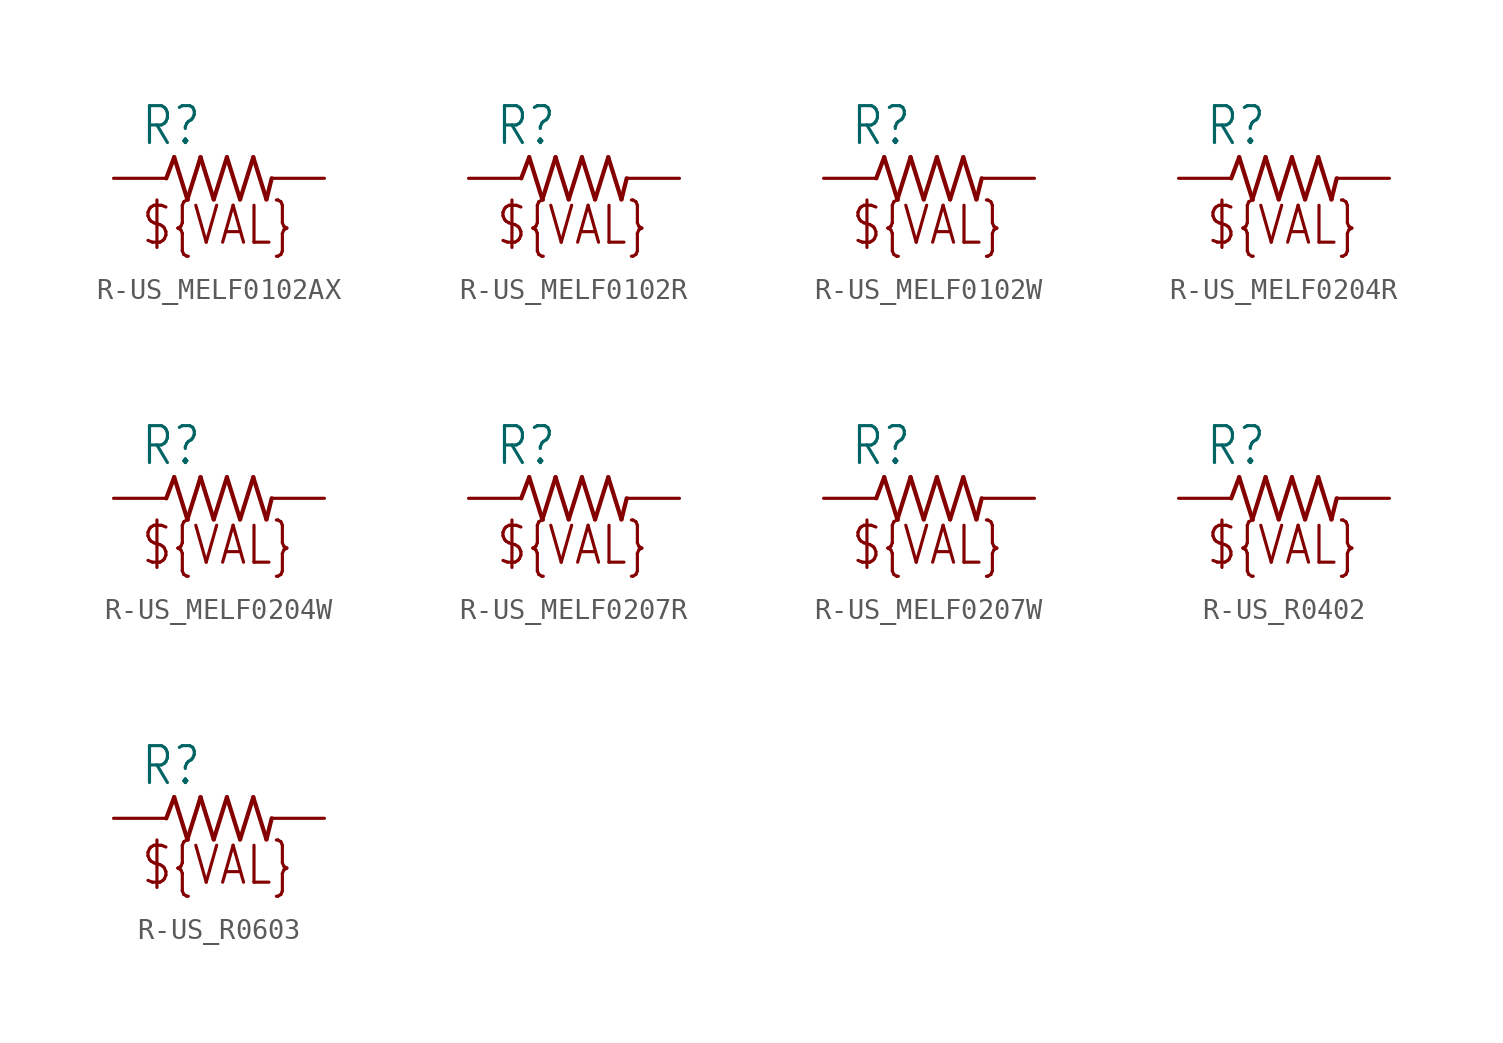
<source format=kicad_sym>
(kicad_symbol_lib
  (version 20231120)
  (generator "kicad_symbol_editor")
  (generator_version "8.0")
  (symbol "R-US_MELF0102AX"
    (property "Reference" "R"
      (at -3.81 1.499 0)
      (effects (font (size 1.778 1.511)) (justify left bottom)))
    (property "ki_locked" ""
      (at 0 0 0)
      (effects (font (size 1.27 1.27))))
    (symbol "R-US_MELF0102AX_1_0"
      (polyline (pts (xy -2.54 0) (xy -2.159 1.016)) (stroke (width 0.203) (type solid)) (fill (type none)))
      (polyline (pts (xy -2.159 1.016) (xy -1.524 -1.016)) (stroke (width 0.203) (type solid)) (fill (type none)))
      (polyline (pts (xy -1.524 -1.016) (xy -0.889 1.016)) (stroke (width 0.203) (type solid)) (fill (type none)))
      (polyline (pts (xy -0.889 1.016) (xy -0.254 -1.016)) (stroke (width 0.203) (type solid)) (fill (type none)))
      (polyline (pts (xy -0.254 -1.016) (xy 0.381 1.016)) (stroke (width 0.203) (type solid)) (fill (type none)))
      (polyline (pts (xy 0.381 1.016) (xy 1.016 -1.016)) (stroke (width 0.203) (type solid)) (fill (type none)))
      (polyline (pts (xy 1.016 -1.016) (xy 1.651 1.016)) (stroke (width 0.203) (type solid)) (fill (type none)))
      (polyline (pts (xy 1.651 1.016) (xy 2.286 -1.016)) (stroke (width 0.203) (type solid)) (fill (type none)))
      (polyline (pts (xy 2.286 -1.016) (xy 2.54 0)) (stroke (width 0.203) (type solid)) (fill (type none)))
      (text "${VAL}" (at -3.81 -3.302 0) (effects (font (size 1.778 1.511)) (justify left bottom)))
      (pin passive line (at -5.08 0 0) (length 2.54) (name "1" (effects (font (size 0 0)))) (number "1" (effects (font (size 0 0)))))
      (pin passive line (at 5.08 0 180) (length 2.54) (name "2" (effects (font (size 0 0)))) (number "2" (effects (font (size 0 0)))))))
  (symbol "R-US_MELF0102R"
    (property "Reference" "R"
      (at -3.81 1.499 0)
      (effects (font (size 1.778 1.511)) (justify left bottom)))
    (property "ki_locked" ""
      (at 0 0 0)
      (effects (font (size 1.27 1.27))))
    (symbol "R-US_MELF0102R_1_0"
      (polyline (pts (xy -2.54 0) (xy -2.159 1.016)) (stroke (width 0.203) (type solid)) (fill (type none)))
      (polyline (pts (xy -2.159 1.016) (xy -1.524 -1.016)) (stroke (width 0.203) (type solid)) (fill (type none)))
      (polyline (pts (xy -1.524 -1.016) (xy -0.889 1.016)) (stroke (width 0.203) (type solid)) (fill (type none)))
      (polyline (pts (xy -0.889 1.016) (xy -0.254 -1.016)) (stroke (width 0.203) (type solid)) (fill (type none)))
      (polyline (pts (xy -0.254 -1.016) (xy 0.381 1.016)) (stroke (width 0.203) (type solid)) (fill (type none)))
      (polyline (pts (xy 0.381 1.016) (xy 1.016 -1.016)) (stroke (width 0.203) (type solid)) (fill (type none)))
      (polyline (pts (xy 1.016 -1.016) (xy 1.651 1.016)) (stroke (width 0.203) (type solid)) (fill (type none)))
      (polyline (pts (xy 1.651 1.016) (xy 2.286 -1.016)) (stroke (width 0.203) (type solid)) (fill (type none)))
      (polyline (pts (xy 2.286 -1.016) (xy 2.54 0)) (stroke (width 0.203) (type solid)) (fill (type none)))
      (text "${VAL}" (at -3.81 -3.302 0) (effects (font (size 1.778 1.511)) (justify left bottom)))
      (pin passive line (at -5.08 0 0) (length 2.54) (name "1" (effects (font (size 0 0)))) (number "1" (effects (font (size 0 0)))))
      (pin passive line (at 5.08 0 180) (length 2.54) (name "2" (effects (font (size 0 0)))) (number "2" (effects (font (size 0 0)))))))
  (symbol "R-US_MELF0102W"
    (property "Reference" "R"
      (at -3.81 1.499 0)
      (effects (font (size 1.778 1.511)) (justify left bottom)))
    (property "ki_locked" ""
      (at 0 0 0)
      (effects (font (size 1.27 1.27))))
    (symbol "R-US_MELF0102W_1_0"
      (polyline (pts (xy -2.54 0) (xy -2.159 1.016)) (stroke (width 0.203) (type solid)) (fill (type none)))
      (polyline (pts (xy -2.159 1.016) (xy -1.524 -1.016)) (stroke (width 0.203) (type solid)) (fill (type none)))
      (polyline (pts (xy -1.524 -1.016) (xy -0.889 1.016)) (stroke (width 0.203) (type solid)) (fill (type none)))
      (polyline (pts (xy -0.889 1.016) (xy -0.254 -1.016)) (stroke (width 0.203) (type solid)) (fill (type none)))
      (polyline (pts (xy -0.254 -1.016) (xy 0.381 1.016)) (stroke (width 0.203) (type solid)) (fill (type none)))
      (polyline (pts (xy 0.381 1.016) (xy 1.016 -1.016)) (stroke (width 0.203) (type solid)) (fill (type none)))
      (polyline (pts (xy 1.016 -1.016) (xy 1.651 1.016)) (stroke (width 0.203) (type solid)) (fill (type none)))
      (polyline (pts (xy 1.651 1.016) (xy 2.286 -1.016)) (stroke (width 0.203) (type solid)) (fill (type none)))
      (polyline (pts (xy 2.286 -1.016) (xy 2.54 0)) (stroke (width 0.203) (type solid)) (fill (type none)))
      (text "${VAL}" (at -3.81 -3.302 0) (effects (font (size 1.778 1.511)) (justify left bottom)))
      (pin passive line (at -5.08 0 0) (length 2.54) (name "1" (effects (font (size 0 0)))) (number "1" (effects (font (size 0 0)))))
      (pin passive line (at 5.08 0 180) (length 2.54) (name "2" (effects (font (size 0 0)))) (number "2" (effects (font (size 0 0)))))))
  (symbol "R-US_MELF0204R"
    (property "Reference" "R"
      (at -3.81 1.499 0)
      (effects (font (size 1.778 1.511)) (justify left bottom)))
    (property "ki_locked" ""
      (at 0 0 0)
      (effects (font (size 1.27 1.27))))
    (symbol "R-US_MELF0204R_1_0"
      (polyline (pts (xy -2.54 0) (xy -2.159 1.016)) (stroke (width 0.203) (type solid)) (fill (type none)))
      (polyline (pts (xy -2.159 1.016) (xy -1.524 -1.016)) (stroke (width 0.203) (type solid)) (fill (type none)))
      (polyline (pts (xy -1.524 -1.016) (xy -0.889 1.016)) (stroke (width 0.203) (type solid)) (fill (type none)))
      (polyline (pts (xy -0.889 1.016) (xy -0.254 -1.016)) (stroke (width 0.203) (type solid)) (fill (type none)))
      (polyline (pts (xy -0.254 -1.016) (xy 0.381 1.016)) (stroke (width 0.203) (type solid)) (fill (type none)))
      (polyline (pts (xy 0.381 1.016) (xy 1.016 -1.016)) (stroke (width 0.203) (type solid)) (fill (type none)))
      (polyline (pts (xy 1.016 -1.016) (xy 1.651 1.016)) (stroke (width 0.203) (type solid)) (fill (type none)))
      (polyline (pts (xy 1.651 1.016) (xy 2.286 -1.016)) (stroke (width 0.203) (type solid)) (fill (type none)))
      (polyline (pts (xy 2.286 -1.016) (xy 2.54 0)) (stroke (width 0.203) (type solid)) (fill (type none)))
      (text "${VAL}" (at -3.81 -3.302 0) (effects (font (size 1.778 1.511)) (justify left bottom)))
      (pin passive line (at -5.08 0 0) (length 2.54) (name "1" (effects (font (size 0 0)))) (number "1" (effects (font (size 0 0)))))
      (pin passive line (at 5.08 0 180) (length 2.54) (name "2" (effects (font (size 0 0)))) (number "2" (effects (font (size 0 0)))))))
  (symbol "R-US_MELF0204W"
    (property "Reference" "R"
      (at -3.81 1.499 0)
      (effects (font (size 1.778 1.511)) (justify left bottom)))
    (property "ki_locked" ""
      (at 0 0 0)
      (effects (font (size 1.27 1.27))))
    (symbol "R-US_MELF0204W_1_0"
      (polyline (pts (xy -2.54 0) (xy -2.159 1.016)) (stroke (width 0.203) (type solid)) (fill (type none)))
      (polyline (pts (xy -2.159 1.016) (xy -1.524 -1.016)) (stroke (width 0.203) (type solid)) (fill (type none)))
      (polyline (pts (xy -1.524 -1.016) (xy -0.889 1.016)) (stroke (width 0.203) (type solid)) (fill (type none)))
      (polyline (pts (xy -0.889 1.016) (xy -0.254 -1.016)) (stroke (width 0.203) (type solid)) (fill (type none)))
      (polyline (pts (xy -0.254 -1.016) (xy 0.381 1.016)) (stroke (width 0.203) (type solid)) (fill (type none)))
      (polyline (pts (xy 0.381 1.016) (xy 1.016 -1.016)) (stroke (width 0.203) (type solid)) (fill (type none)))
      (polyline (pts (xy 1.016 -1.016) (xy 1.651 1.016)) (stroke (width 0.203) (type solid)) (fill (type none)))
      (polyline (pts (xy 1.651 1.016) (xy 2.286 -1.016)) (stroke (width 0.203) (type solid)) (fill (type none)))
      (polyline (pts (xy 2.286 -1.016) (xy 2.54 0)) (stroke (width 0.203) (type solid)) (fill (type none)))
      (text "${VAL}" (at -3.81 -3.302 0) (effects (font (size 1.778 1.511)) (justify left bottom)))
      (pin passive line (at -5.08 0 0) (length 2.54) (name "1" (effects (font (size 0 0)))) (number "1" (effects (font (size 0 0)))))
      (pin passive line (at 5.08 0 180) (length 2.54) (name "2" (effects (font (size 0 0)))) (number "2" (effects (font (size 0 0)))))))
  (symbol "R-US_MELF0207R"
    (property "Reference" "R"
      (at -3.81 1.499 0)
      (effects (font (size 1.778 1.511)) (justify left bottom)))
    (property "ki_locked" ""
      (at 0 0 0)
      (effects (font (size 1.27 1.27))))
    (symbol "R-US_MELF0207R_1_0"
      (polyline (pts (xy -2.54 0) (xy -2.159 1.016)) (stroke (width 0.203) (type solid)) (fill (type none)))
      (polyline (pts (xy -2.159 1.016) (xy -1.524 -1.016)) (stroke (width 0.203) (type solid)) (fill (type none)))
      (polyline (pts (xy -1.524 -1.016) (xy -0.889 1.016)) (stroke (width 0.203) (type solid)) (fill (type none)))
      (polyline (pts (xy -0.889 1.016) (xy -0.254 -1.016)) (stroke (width 0.203) (type solid)) (fill (type none)))
      (polyline (pts (xy -0.254 -1.016) (xy 0.381 1.016)) (stroke (width 0.203) (type solid)) (fill (type none)))
      (polyline (pts (xy 0.381 1.016) (xy 1.016 -1.016)) (stroke (width 0.203) (type solid)) (fill (type none)))
      (polyline (pts (xy 1.016 -1.016) (xy 1.651 1.016)) (stroke (width 0.203) (type solid)) (fill (type none)))
      (polyline (pts (xy 1.651 1.016) (xy 2.286 -1.016)) (stroke (width 0.203) (type solid)) (fill (type none)))
      (polyline (pts (xy 2.286 -1.016) (xy 2.54 0)) (stroke (width 0.203) (type solid)) (fill (type none)))
      (text "${VAL}" (at -3.81 -3.302 0) (effects (font (size 1.778 1.511)) (justify left bottom)))
      (pin passive line (at -5.08 0 0) (length 2.54) (name "1" (effects (font (size 0 0)))) (number "1" (effects (font (size 0 0)))))
      (pin passive line (at 5.08 0 180) (length 2.54) (name "2" (effects (font (size 0 0)))) (number "2" (effects (font (size 0 0)))))))
  (symbol "R-US_MELF0207W"
    (property "Reference" "R"
      (at -3.81 1.499 0)
      (effects (font (size 1.778 1.511)) (justify left bottom)))
    (property "ki_locked" ""
      (at 0 0 0)
      (effects (font (size 1.27 1.27))))
    (symbol "R-US_MELF0207W_1_0"
      (polyline (pts (xy -2.54 0) (xy -2.159 1.016)) (stroke (width 0.203) (type solid)) (fill (type none)))
      (polyline (pts (xy -2.159 1.016) (xy -1.524 -1.016)) (stroke (width 0.203) (type solid)) (fill (type none)))
      (polyline (pts (xy -1.524 -1.016) (xy -0.889 1.016)) (stroke (width 0.203) (type solid)) (fill (type none)))
      (polyline (pts (xy -0.889 1.016) (xy -0.254 -1.016)) (stroke (width 0.203) (type solid)) (fill (type none)))
      (polyline (pts (xy -0.254 -1.016) (xy 0.381 1.016)) (stroke (width 0.203) (type solid)) (fill (type none)))
      (polyline (pts (xy 0.381 1.016) (xy 1.016 -1.016)) (stroke (width 0.203) (type solid)) (fill (type none)))
      (polyline (pts (xy 1.016 -1.016) (xy 1.651 1.016)) (stroke (width 0.203) (type solid)) (fill (type none)))
      (polyline (pts (xy 1.651 1.016) (xy 2.286 -1.016)) (stroke (width 0.203) (type solid)) (fill (type none)))
      (polyline (pts (xy 2.286 -1.016) (xy 2.54 0)) (stroke (width 0.203) (type solid)) (fill (type none)))
      (text "${VAL}" (at -3.81 -3.302 0) (effects (font (size 1.778 1.511)) (justify left bottom)))
      (pin passive line (at -5.08 0 0) (length 2.54) (name "1" (effects (font (size 0 0)))) (number "1" (effects (font (size 0 0)))))
      (pin passive line (at 5.08 0 180) (length 2.54) (name "2" (effects (font (size 0 0)))) (number "2" (effects (font (size 0 0)))))))
  (symbol "R-US_R0402"
    (property "Reference" "R"
      (at -3.81 1.499 0)
      (effects (font (size 1.778 1.511)) (justify left bottom)))
    (property "ki_locked" ""
      (at 0 0 0)
      (effects (font (size 1.27 1.27))))
    (symbol "R-US_R0402_1_0"
      (polyline (pts (xy -2.54 0) (xy -2.159 1.016)) (stroke (width 0.203) (type solid)) (fill (type none)))
      (polyline (pts (xy -2.159 1.016) (xy -1.524 -1.016)) (stroke (width 0.203) (type solid)) (fill (type none)))
      (polyline (pts (xy -1.524 -1.016) (xy -0.889 1.016)) (stroke (width 0.203) (type solid)) (fill (type none)))
      (polyline (pts (xy -0.889 1.016) (xy -0.254 -1.016)) (stroke (width 0.203) (type solid)) (fill (type none)))
      (polyline (pts (xy -0.254 -1.016) (xy 0.381 1.016)) (stroke (width 0.203) (type solid)) (fill (type none)))
      (polyline (pts (xy 0.381 1.016) (xy 1.016 -1.016)) (stroke (width 0.203) (type solid)) (fill (type none)))
      (polyline (pts (xy 1.016 -1.016) (xy 1.651 1.016)) (stroke (width 0.203) (type solid)) (fill (type none)))
      (polyline (pts (xy 1.651 1.016) (xy 2.286 -1.016)) (stroke (width 0.203) (type solid)) (fill (type none)))
      (polyline (pts (xy 2.286 -1.016) (xy 2.54 0)) (stroke (width 0.203) (type solid)) (fill (type none)))
      (text "${VAL}" (at -3.81 -3.302 0) (effects (font (size 1.778 1.511)) (justify left bottom)))
      (pin passive line (at -5.08 0 0) (length 2.54) (name "1" (effects (font (size 0 0)))) (number "1" (effects (font (size 0 0)))))
      (pin passive line (at 5.08 0 180) (length 2.54) (name "2" (effects (font (size 0 0)))) (number "2" (effects (font (size 0 0)))))))
  (symbol "R-US_R0603"
    (property "Reference" "R"
      (at -3.81 1.499 0)
      (effects (font (size 1.778 1.511)) (justify left bottom)))
    (property "ki_locked" ""
      (at 0 0 0)
      (effects (font (size 1.27 1.27))))
    (symbol "R-US_R0603_1_0"
      (polyline (pts (xy -2.54 0) (xy -2.159 1.016)) (stroke (width 0.203) (type solid)) (fill (type none)))
      (polyline (pts (xy -2.159 1.016) (xy -1.524 -1.016)) (stroke (width 0.203) (type solid)) (fill (type none)))
      (polyline (pts (xy -1.524 -1.016) (xy -0.889 1.016)) (stroke (width 0.203) (type solid)) (fill (type none)))
      (polyline (pts (xy -0.889 1.016) (xy -0.254 -1.016)) (stroke (width 0.203) (type solid)) (fill (type none)))
      (polyline (pts (xy -0.254 -1.016) (xy 0.381 1.016)) (stroke (width 0.203) (type solid)) (fill (type none)))
      (polyline (pts (xy 0.381 1.016) (xy 1.016 -1.016)) (stroke (width 0.203) (type solid)) (fill (type none)))
      (polyline (pts (xy 1.016 -1.016) (xy 1.651 1.016)) (stroke (width 0.203) (type solid)) (fill (type none)))
      (polyline (pts (xy 1.651 1.016) (xy 2.286 -1.016)) (stroke (width 0.203) (type solid)) (fill (type none)))
      (polyline (pts (xy 2.286 -1.016) (xy 2.54 0)) (stroke (width 0.203) (type solid)) (fill (type none)))
      (text "${VAL}" (at -3.81 -3.302 0) (effects (font (size 1.778 1.511)) (justify left bottom)))
      (pin passive line (at -5.08 0 0) (length 2.54) (name "1" (effects (font (size 0 0)))) (number "1" (effects (font (size 0 0)))))
      (pin passive line (at 5.08 0 180) (length 2.54) (name "2" (effects (font (size 0 0)))) (number "2" (effects (font (size 0 0))))))))
</source>
